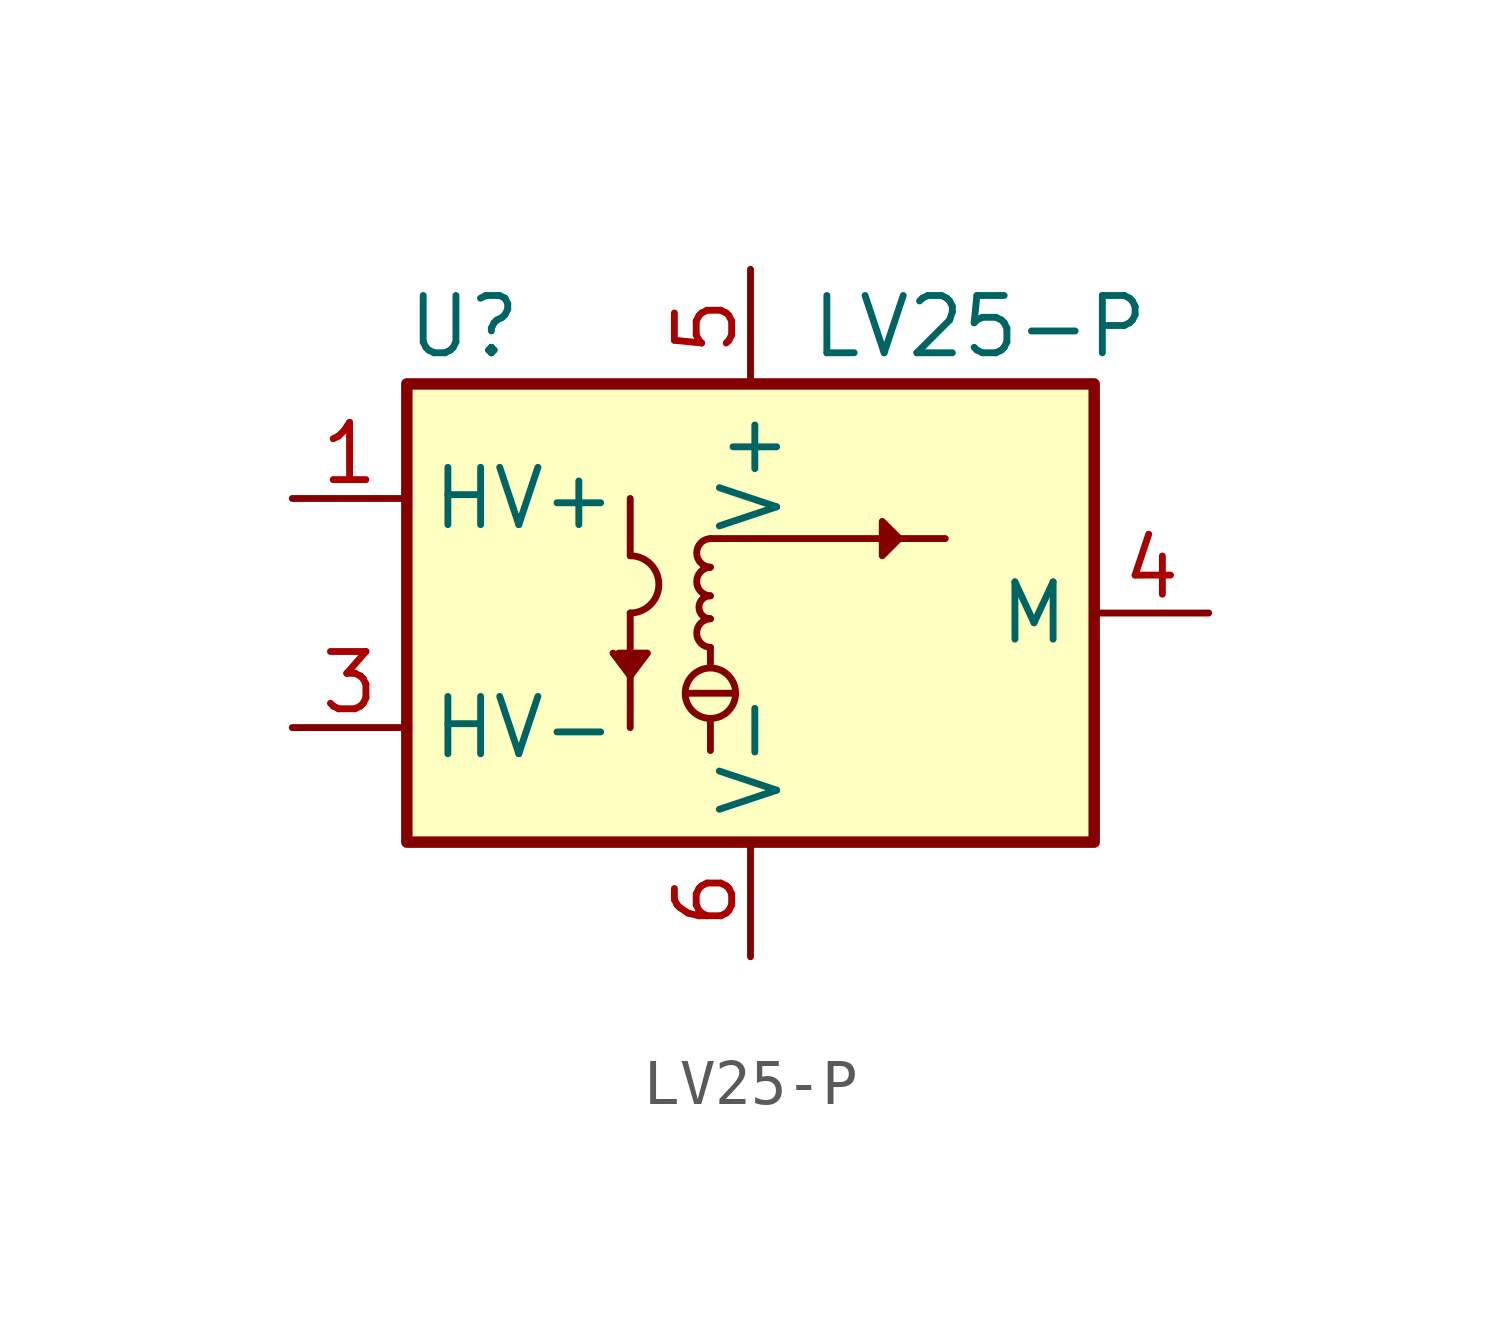
<source format=kicad_sym>
(kicad_symbol_lib
  (version 20211014)
  (generator kicad_symbol_editor)
  (symbol "LV25-P"
    (property "Reference" "U"
      (at -6.35 6.35 0)
      (effects (font (size 1.27 1.27))))
    (property "Value" "LV25-P"
      (at 5.08 6.35 0)
      (effects (font (size 1.27 1.27))))
    (symbol "LV25-P_0_1"
      (arc (start -2.667 0) (mid -2.032 0.635) (end -2.667 1.27) (stroke (width 0) (type default) (color 0 0 0 0)) (fill (type none)))
      (circle (center -0.889 -1.778) (radius 0.559) (stroke (width 0) (type default) (color 0 0 0 0)) (fill (type none)))
      (arc (start -0.889 -0.127) (mid -1.1938 -0.4318) (end -0.889 -0.762) (stroke (width 0) (type default) (color 0 0 0 0)) (fill (type none)))
      (arc (start -0.889 0.381) (mid -1.143 0.127) (end -0.889 -0.127) (stroke (width 0) (type default) (color 0 0 0 0)) (fill (type none)))
      (arc (start -0.889 1.016) (mid -1.1938 0.7112) (end -0.889 0.381) (stroke (width 0) (type default) (color 0 0 0 0)) (fill (type none)))
      (arc (start -0.889 1.651) (mid -1.1938 1.3462) (end -0.889 1.016) (stroke (width 0) (type default) (color 0 0 0 0)) (fill (type none)))
      (polyline (pts (xy -2.667 0) (xy -2.667 -2.54)) (stroke (width 0) (type default) (color 0 0 0 0)) (fill (type none)))
      (polyline (pts (xy -2.667 2.54) (xy -2.667 1.27)) (stroke (width 0) (type default) (color 0 0 0 0)) (fill (type none)))
      (polyline (pts (xy -1.397 -1.778) (xy -0.381 -1.778)) (stroke (width 0) (type default) (color 0 0 0 0)) (fill (type none)))
      (polyline (pts (xy -0.889 -2.413) (xy -0.889 -3.048)) (stroke (width 0) (type default) (color 0 0 0 0)) (fill (type none)))
      (polyline (pts (xy -0.889 -1.143) (xy -0.889 -0.762)) (stroke (width 0) (type default) (color 0 0 0 0)) (fill (type none)))
      (polyline (pts (xy -0.889 1.651) (xy 4.318 1.651)) (stroke (width 0) (type default) (color 0 0 0 0)) (fill (type none)))
      (polyline (pts (xy -2.921 -0.889) (xy -2.286 -0.889) (xy -2.667 -1.397) (xy -3.048 -0.889)) (stroke (width 0) (type default) (color 0 0 0 0)) (fill (type outline)))
      (polyline (pts (xy 3.302 1.651) (xy 2.921 2.032) (xy 2.921 1.27) (xy 3.302 1.651)) (stroke (width 0) (type default) (color 0 0 0 0)) (fill (type outline)))
      (rectangle (start 7.62 -5.08) (end -7.62 5.08) (stroke (width 0.254) (type default) (color 0 0 0 0)) (fill (type background))))
    (symbol "LV25-P_1_1"
      (pin input line (at -10.16 2.54 0) (length 2.54) (name "HV+" (effects (font (size 1.27 1.27)))) (number "1" (effects (font (size 1.27 1.27)))))
      (pin input line (at -10.16 -2.54 0) (length 2.54) (name "HV-" (effects (font (size 1.27 1.27)))) (number "3" (effects (font (size 1.27 1.27)))))
      (pin output line (at 10.16 0 180) (length 2.54) (name "M" (effects (font (size 1.27 1.27)))) (number "4" (effects (font (size 1.27 1.27)))))
      (pin power_in line (at 0 7.62 270) (length 2.54) (name "V+" (effects (font (size 1.27 1.27)))) (number "5" (effects (font (size 1.27 1.27)))))
      (pin power_in line (at 0 -7.62 90) (length 2.54) (name "V-" (effects (font (size 1.27 1.27)))) (number "6" (effects (font (size 1.27 1.27))))))))
</source>
